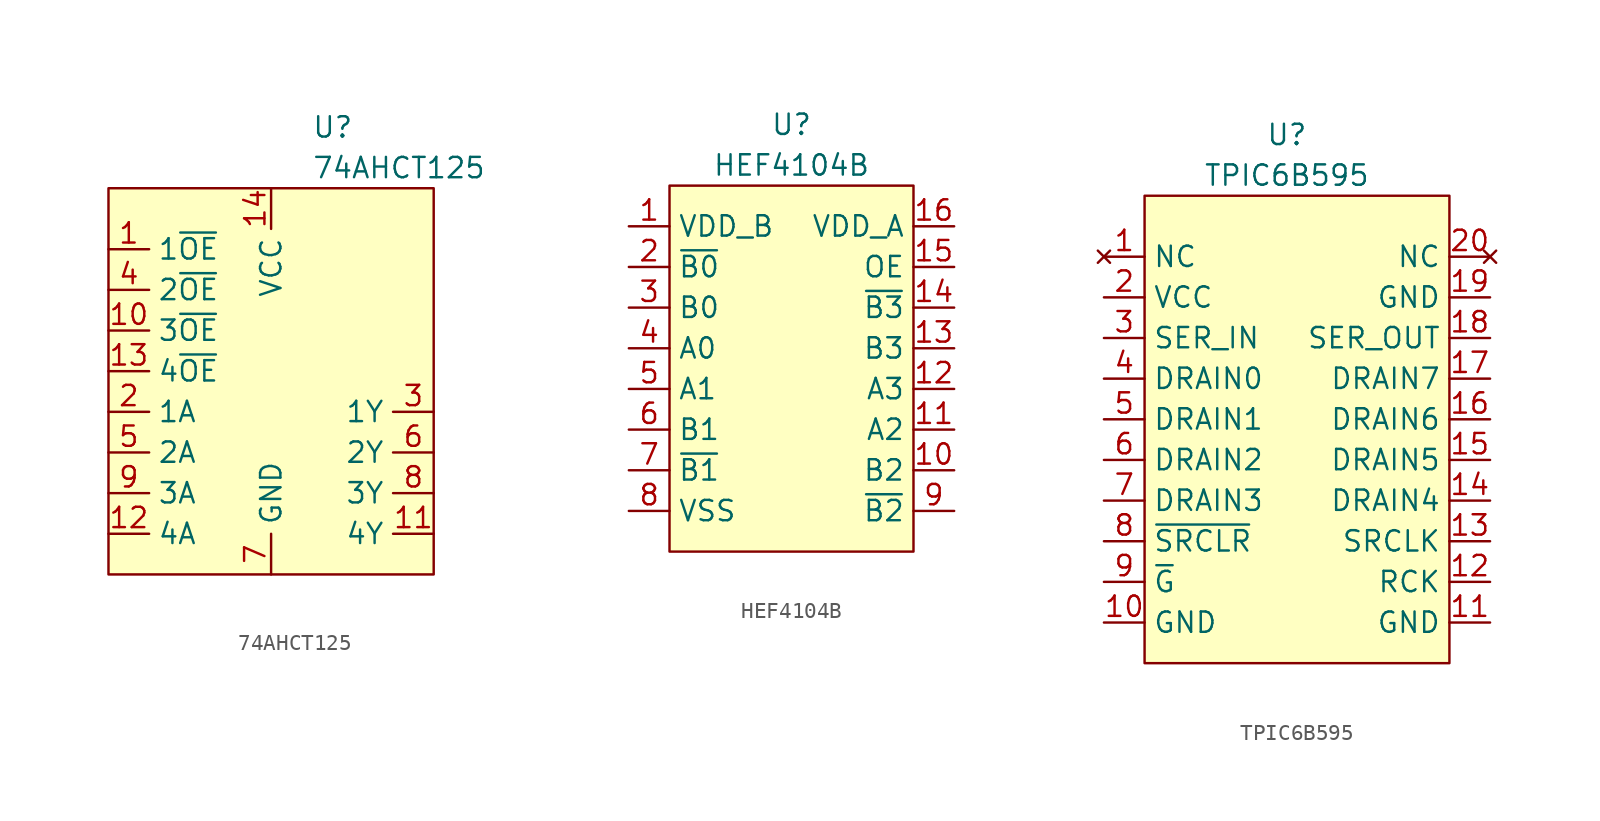
<source format=kicad_sym>
(kicad_symbol_lib
  (version 20211014)
  (generator kicad_symbol_editor)
  (symbol "74AHCT125"
    (property "Reference" "U"
      (at 2.54 15.24 0)
      (effects (font (size 1.27 1.27)) (justify left)))
    (property "Value" "74AHCT125"
      (at 2.54 12.7 0)
      (effects (font (size 1.27 1.27)) (justify left)))
    (symbol "74AHCT125_0_1"
      (rectangle (start -10.16 11.43) (end 10.16 -12.7) (stroke (width 0) (type default) (color 0 0 0 0)) (fill (type background))))
    (symbol "74AHCT125_1_1"
      (pin input line (at -10.16 7.62 0) (length 2.54) (name "1~{OE}" (effects (font (size 1.27 1.27)))) (number "1" (effects (font (size 1.27 1.27)))))
      (pin input line (at -10.16 2.54 0) (length 2.54) (name "3~{OE}" (effects (font (size 1.27 1.27)))) (number "10" (effects (font (size 1.27 1.27)))))
      (pin output line (at 10.16 -10.16 180) (length 2.54) (name "4Y" (effects (font (size 1.27 1.27)))) (number "11" (effects (font (size 1.27 1.27)))))
      (pin input line (at -10.16 -10.16 0) (length 2.54) (name "4A" (effects (font (size 1.27 1.27)))) (number "12" (effects (font (size 1.27 1.27)))))
      (pin input line (at -10.16 0 0) (length 2.54) (name "4~{OE}" (effects (font (size 1.27 1.27)))) (number "13" (effects (font (size 1.27 1.27)))))
      (pin power_in line (at 0 11.43 270) (length 2.54) (name "VCC" (effects (font (size 1.27 1.27)))) (number "14" (effects (font (size 1.27 1.27)))))
      (pin input line (at -10.16 -2.54 0) (length 2.54) (name "1A" (effects (font (size 1.27 1.27)))) (number "2" (effects (font (size 1.27 1.27)))))
      (pin output line (at 10.16 -2.54 180) (length 2.54) (name "1Y" (effects (font (size 1.27 1.27)))) (number "3" (effects (font (size 1.27 1.27)))))
      (pin input line (at -10.16 5.08 0) (length 2.54) (name "2~{OE}" (effects (font (size 1.27 1.27)))) (number "4" (effects (font (size 1.27 1.27)))))
      (pin input line (at -10.16 -5.08 0) (length 2.54) (name "2A" (effects (font (size 1.27 1.27)))) (number "5" (effects (font (size 1.27 1.27)))))
      (pin output line (at 10.16 -5.08 180) (length 2.54) (name "2Y" (effects (font (size 1.27 1.27)))) (number "6" (effects (font (size 1.27 1.27)))))
      (pin power_in line (at 0 -12.7 90) (length 2.54) (name "GND" (effects (font (size 1.27 1.27)))) (number "7" (effects (font (size 1.27 1.27)))))
      (pin output line (at 10.16 -7.62 180) (length 2.54) (name "3Y" (effects (font (size 1.27 1.27)))) (number "8" (effects (font (size 1.27 1.27)))))
      (pin input line (at -10.16 -7.62 0) (length 2.54) (name "3A" (effects (font (size 1.27 1.27)))) (number "9" (effects (font (size 1.27 1.27)))))))
  (symbol "HEF4104B"
    (property "Reference" "U"
      (at 0 15.24 0)
      (effects (font (size 1.27 1.27))))
    (property "Value" "HEF4104B"
      (at 0 12.7 0)
      (effects (font (size 1.27 1.27))))
    (symbol "HEF4104B_0_1"
      (rectangle (start -7.62 11.43) (end 7.62 -11.43) (stroke (width 0) (type default) (color 0 0 0 0)) (fill (type background))))
    (symbol "HEF4104B_1_1"
      (pin power_in line (at -10.16 8.89 0) (length 2.54) (name "VDD_B" (effects (font (size 1.27 1.27)))) (number "1" (effects (font (size 1.27 1.27)))))
      (pin output line (at 10.16 -6.35 180) (length 2.54) (name "B2" (effects (font (size 1.27 1.27)))) (number "10" (effects (font (size 1.27 1.27)))))
      (pin input line (at 10.16 -3.81 180) (length 2.54) (name "A2" (effects (font (size 1.27 1.27)))) (number "11" (effects (font (size 1.27 1.27)))))
      (pin input line (at 10.16 -1.27 180) (length 2.54) (name "A3" (effects (font (size 1.27 1.27)))) (number "12" (effects (font (size 1.27 1.27)))))
      (pin output line (at 10.16 1.27 180) (length 2.54) (name "B3" (effects (font (size 1.27 1.27)))) (number "13" (effects (font (size 1.27 1.27)))))
      (pin output line (at 10.16 3.81 180) (length 2.54) (name "~{B3}" (effects (font (size 1.27 1.27)))) (number "14" (effects (font (size 1.27 1.27)))))
      (pin input line (at 10.16 6.35 180) (length 2.54) (name "OE" (effects (font (size 1.27 1.27)))) (number "15" (effects (font (size 1.27 1.27)))))
      (pin power_in line (at 10.16 8.89 180) (length 2.54) (name "VDD_A" (effects (font (size 1.27 1.27)))) (number "16" (effects (font (size 1.27 1.27)))))
      (pin output line (at -10.16 6.35 0) (length 2.54) (name "~{B0}" (effects (font (size 1.27 1.27)))) (number "2" (effects (font (size 1.27 1.27)))))
      (pin output line (at -10.16 3.81 0) (length 2.54) (name "B0" (effects (font (size 1.27 1.27)))) (number "3" (effects (font (size 1.27 1.27)))))
      (pin input line (at -10.16 1.27 0) (length 2.54) (name "A0" (effects (font (size 1.27 1.27)))) (number "4" (effects (font (size 1.27 1.27)))))
      (pin input line (at -10.16 -1.27 0) (length 2.54) (name "A1" (effects (font (size 1.27 1.27)))) (number "5" (effects (font (size 1.27 1.27)))))
      (pin output line (at -10.16 -3.81 0) (length 2.54) (name "B1" (effects (font (size 1.27 1.27)))) (number "6" (effects (font (size 1.27 1.27)))))
      (pin output line (at -10.16 -6.35 0) (length 2.54) (name "~{B1}" (effects (font (size 1.27 1.27)))) (number "7" (effects (font (size 1.27 1.27)))))
      (pin power_in line (at -10.16 -8.89 0) (length 2.54) (name "VSS" (effects (font (size 1.27 1.27)))) (number "8" (effects (font (size 1.27 1.27)))))
      (pin output line (at 10.16 -8.89 180) (length 2.54) (name "~{B2}" (effects (font (size 1.27 1.27)))) (number "9" (effects (font (size 1.27 1.27)))))))
  (symbol "TPIC6B595"
    (property "Reference" "U"
      (at 8.89 3.81 0)
      (effects (font (size 1.27 1.27))))
    (property "Value" "TPIC6B595"
      (at 8.89 1.27 0)
      (effects (font (size 1.27 1.27))))
    (symbol "TPIC6B595_0_1"
      (rectangle (start 0 0) (end 19.05 -29.21) (stroke (width 0) (type default) (color 0 0 0 0)) (fill (type background))))
    (symbol "TPIC6B595_1_1"
      (pin no_connect line (at -2.54 -3.81 0) (length 2.54) (name "NC" (effects (font (size 1.27 1.27)))) (number "1" (effects (font (size 1.27 1.27)))))
      (pin power_in line (at -2.54 -26.67 0) (length 2.54) (name "GND" (effects (font (size 1.27 1.27)))) (number "10" (effects (font (size 1.27 1.27)))))
      (pin power_in line (at 21.59 -26.67 180) (length 2.54) (name "GND" (effects (font (size 1.27 1.27)))) (number "11" (effects (font (size 1.27 1.27)))))
      (pin input line (at 21.59 -24.13 180) (length 2.54) (name "RCK" (effects (font (size 1.27 1.27)))) (number "12" (effects (font (size 1.27 1.27)))))
      (pin input line (at 21.59 -21.59 180) (length 2.54) (name "SRCLK" (effects (font (size 1.27 1.27)))) (number "13" (effects (font (size 1.27 1.27)))))
      (pin open_collector line (at 21.59 -19.05 180) (length 2.54) (name "DRAIN4" (effects (font (size 1.27 1.27)))) (number "14" (effects (font (size 1.27 1.27)))))
      (pin open_collector line (at 21.59 -16.51 180) (length 2.54) (name "DRAIN5" (effects (font (size 1.27 1.27)))) (number "15" (effects (font (size 1.27 1.27)))))
      (pin open_collector line (at 21.59 -13.97 180) (length 2.54) (name "DRAIN6" (effects (font (size 1.27 1.27)))) (number "16" (effects (font (size 1.27 1.27)))))
      (pin open_collector line (at 21.59 -11.43 180) (length 2.54) (name "DRAIN7" (effects (font (size 1.27 1.27)))) (number "17" (effects (font (size 1.27 1.27)))))
      (pin output line (at 21.59 -8.89 180) (length 2.54) (name "SER_OUT" (effects (font (size 1.27 1.27)))) (number "18" (effects (font (size 1.27 1.27)))))
      (pin power_in line (at 21.59 -6.35 180) (length 2.54) (name "GND" (effects (font (size 1.27 1.27)))) (number "19" (effects (font (size 1.27 1.27)))))
      (pin power_in line (at -2.54 -6.35 0) (length 2.54) (name "VCC" (effects (font (size 1.27 1.27)))) (number "2" (effects (font (size 1.27 1.27)))))
      (pin no_connect line (at 21.59 -3.81 180) (length 2.54) (name "NC" (effects (font (size 1.27 1.27)))) (number "20" (effects (font (size 1.27 1.27)))))
      (pin input line (at -2.54 -8.89 0) (length 2.54) (name "SER_IN" (effects (font (size 1.27 1.27)))) (number "3" (effects (font (size 1.27 1.27)))))
      (pin open_collector line (at -2.54 -11.43 0) (length 2.54) (name "DRAIN0" (effects (font (size 1.27 1.27)))) (number "4" (effects (font (size 1.27 1.27)))))
      (pin open_collector line (at -2.54 -13.97 0) (length 2.54) (name "DRAIN1" (effects (font (size 1.27 1.27)))) (number "5" (effects (font (size 1.27 1.27)))))
      (pin open_collector line (at -2.54 -16.51 0) (length 2.54) (name "DRAIN2" (effects (font (size 1.27 1.27)))) (number "6" (effects (font (size 1.27 1.27)))))
      (pin open_collector line (at -2.54 -19.05 0) (length 2.54) (name "DRAIN3" (effects (font (size 1.27 1.27)))) (number "7" (effects (font (size 1.27 1.27)))))
      (pin input line (at -2.54 -21.59 0) (length 2.54) (name "~{SRCLR}" (effects (font (size 1.27 1.27)))) (number "8" (effects (font (size 1.27 1.27)))))
      (pin input line (at -2.54 -24.13 0) (length 2.54) (name "~{G}" (effects (font (size 1.27 1.27)))) (number "9" (effects (font (size 1.27 1.27))))))))
</source>
